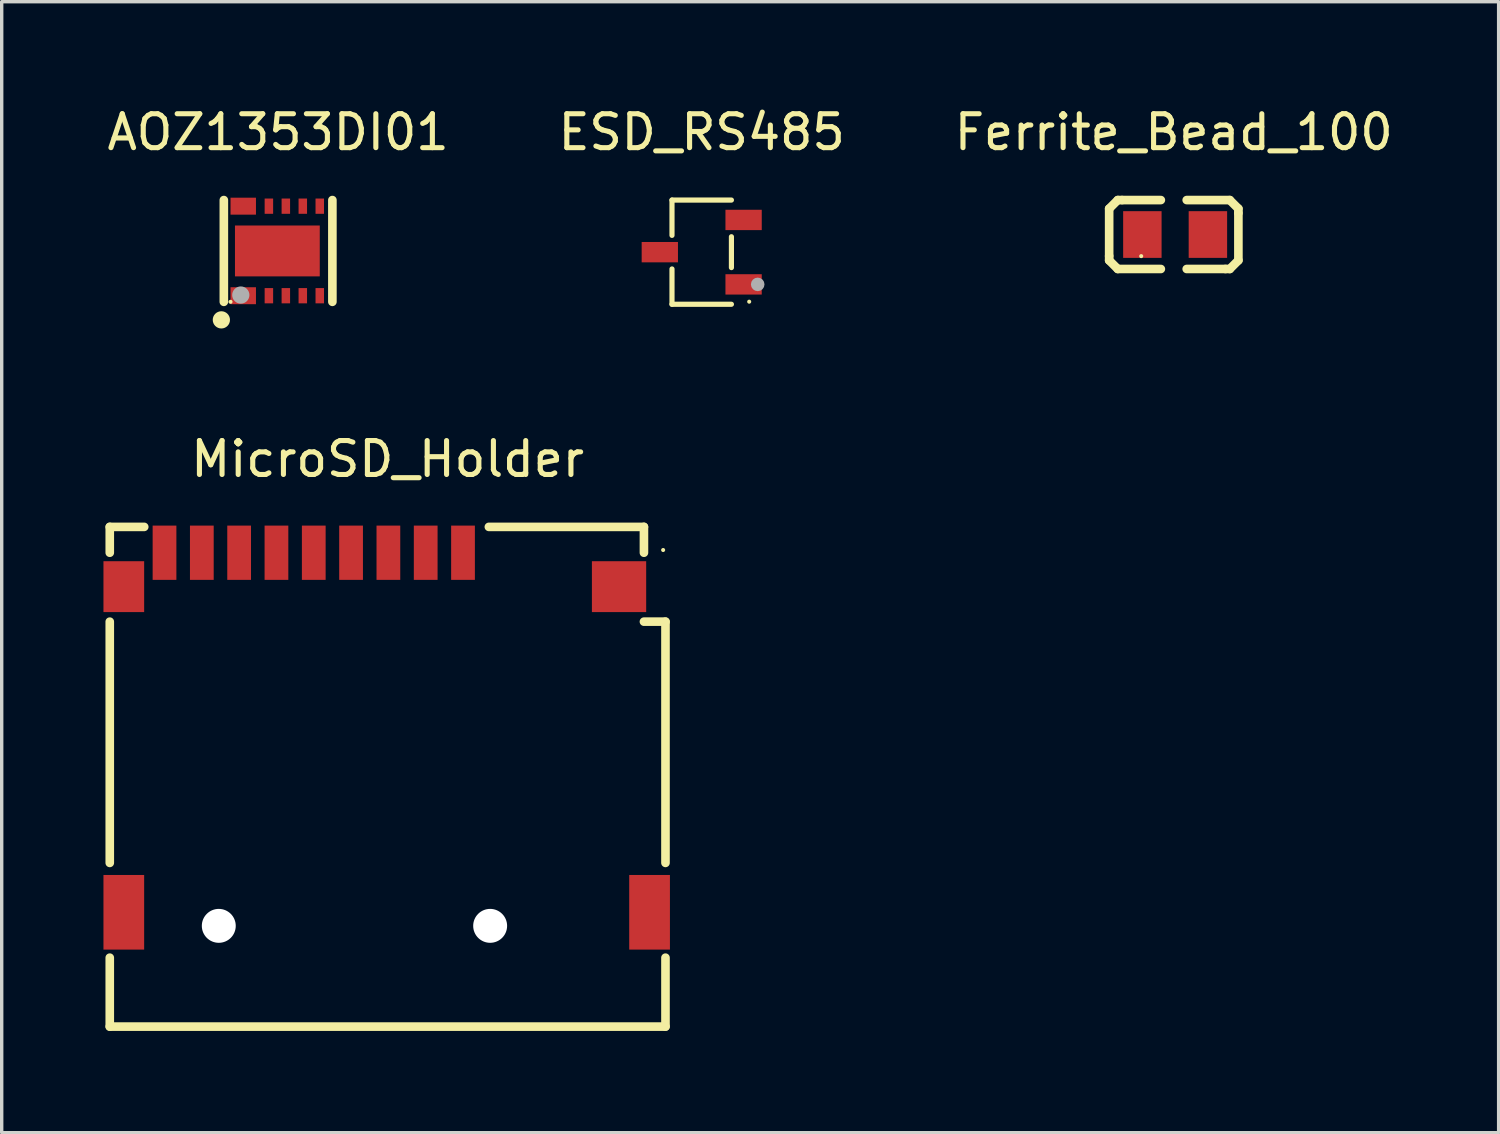
<source format=kicad_pcb>
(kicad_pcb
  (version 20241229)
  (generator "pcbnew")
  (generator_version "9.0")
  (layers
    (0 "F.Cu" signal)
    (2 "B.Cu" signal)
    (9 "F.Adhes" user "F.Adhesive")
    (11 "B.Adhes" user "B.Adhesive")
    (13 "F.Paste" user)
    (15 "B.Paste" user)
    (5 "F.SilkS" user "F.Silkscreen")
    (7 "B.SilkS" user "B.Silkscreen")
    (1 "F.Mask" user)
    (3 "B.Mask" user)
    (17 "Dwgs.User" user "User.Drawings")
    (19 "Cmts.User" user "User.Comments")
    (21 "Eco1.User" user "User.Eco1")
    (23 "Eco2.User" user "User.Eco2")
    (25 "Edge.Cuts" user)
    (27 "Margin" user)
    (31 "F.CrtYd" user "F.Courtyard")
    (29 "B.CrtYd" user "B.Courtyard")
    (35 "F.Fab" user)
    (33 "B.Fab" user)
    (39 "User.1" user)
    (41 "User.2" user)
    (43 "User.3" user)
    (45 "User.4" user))
  (footprint "MicroSD_Holder"
    (layer "F.Cu")
    (at 8.35 18.545)
    (property "Reference" "MicroSD_Holder" (at 0.027 -8.062 0) (layer "F.SilkS") (effects (font (size 1 1) (thickness 0.15))))
    (attr through_hole)
    (fp_line (start -8.164 -6.062) (end -7.148 -6.062) (stroke (width 0.254) (type solid)) (layer "F.SilkS"))
    (fp_line (start -8.164 -5.3) (end -8.164 -6.062) (stroke (width 0.254) (type solid)) (layer "F.SilkS"))
    (fp_line (start -8.164 -3.268) (end -8.164 3.844) (stroke (width 0.254) (type solid)) (layer "F.SilkS"))
    (fp_line (start -8.164 6.638) (end -8.164 8.67) (stroke (width 0.254) (type solid)) (layer "F.SilkS"))
    (fp_line (start -8.164 8.67) (end 8.219 8.67) (stroke (width 0.254) (type solid)) (layer "F.SilkS"))
    (fp_line (start 3.012 -6.062) (end 7.584 -6.062) (stroke (width 0.254) (type solid)) (layer "F.SilkS"))
    (fp_line (start 7.584 -6.062) (end 7.584 -5.3) (stroke (width 0.254) (type solid)) (layer "F.SilkS"))
    (fp_line (start 8.219 -3.268) (end 7.584 -3.268) (stroke (width 0.254) (type solid)) (layer "F.SilkS"))
    (fp_line (start 8.219 3.844) (end 8.219 -3.268) (stroke (width 0.254) (type solid)) (layer "F.SilkS"))
    (fp_line (start 8.219 8.67) (end 8.219 6.638) (stroke (width 0.254) (type solid)) (layer "F.SilkS"))
    (fp_circle (center 8.15 -5.38) (end 8.18 -5.38) (stroke (width 0.06) (type solid)) (fill no) (layer "F.SilkS"))
    (pad "" np_thru_hole circle (at -4.95 5.7) (size 1 1) (drill 1) (layers "*.Cu" "*.Mask"))
    (pad "" np_thru_hole circle (at 3.05 5.7) (size 1 1) (drill 1) (layers "*.Cu" "*.Mask"))
    (pad "1" smd rect (at 2.25 -5.3) (size 0.7 1.6) (layers "F.Cu" "F.Mask" "F.Paste"))
    (pad "2" smd rect (at 1.15 -5.3) (size 0.7 1.6) (layers "F.Cu" "F.Mask" "F.Paste"))
    (pad "3" smd rect (at 0.05 -5.3) (size 0.7 1.6) (layers "F.Cu" "F.Mask" "F.Paste"))
    (pad "4" smd rect (at -1.05 -5.3) (size 0.7 1.6) (layers "F.Cu" "F.Mask" "F.Paste"))
    (pad "5" smd rect (at -2.15 -5.3) (size 0.7 1.6) (layers "F.Cu" "F.Mask" "F.Paste"))
    (pad "6" smd rect (at -3.25 -5.3) (size 0.7 1.6) (layers "F.Cu" "F.Mask" "F.Paste"))
    (pad "7" smd rect (at -4.35 -5.3) (size 0.7 1.6) (layers "F.Cu" "F.Mask" "F.Paste"))
    (pad "8" smd rect (at -5.45 -5.3) (size 0.7 1.6) (layers "F.Cu" "F.Mask" "F.Paste"))
    (pad "9" smd rect (at -6.55 -5.3) (size 0.7 1.6) (layers "F.Cu" "F.Mask" "F.Paste"))
    (pad "10" smd rect (at -7.75 -4.3) (size 1.2 1.5) (layers "F.Cu" "F.Mask" "F.Paste"))
    (pad "11" smd rect (at -7.75 5.3) (size 1.2 2.2) (layers "F.Cu" "F.Mask" "F.Paste"))
    (pad "12" smd rect (at 6.85 -4.3) (size 1.6 1.5) (layers "F.Cu" "F.Mask" "F.Paste"))
    (pad "13" smd rect (at 7.75 5.3) (size 1.2 2.2) (layers "F.Cu" "F.Mask" "F.Paste")))
  (footprint "AOZ1353DI01"
    (layer "F.Cu")
    (at 5.249 4.348)
    (property "Reference" "AOZ1353DI01" (at -0.1 -3.5 180) (layer "F.SilkS") (effects (font (size 1 1) (thickness 0.15))))
    (attr through_hole)
    (fp_line (start -1.7 -1.5) (end -1.7 1.5) (stroke (width 0.254) (type solid)) (layer "F.SilkS"))
    (fp_line (start 1.5 -1.5) (end 1.5 1.5) (stroke (width 0.254) (type solid)) (layer "F.SilkS"))
    (fp_circle (center -1.773 2.032) (end -1.646 2.032) (stroke (width 0.254) (type solid)) (fill no) (layer "F.SilkS"))
    (fp_circle (center -1.503 1.5) (end -1.473 1.5) (stroke (width 0.06) (type solid)) (fill no) (layer "F.SilkS"))
    (fp_circle (center -1.2 1.3) (end -1.073 1.3) (stroke (width 0.254) (type solid)) (fill no) (layer "F.Fab"))
    (pad "1" smd rect (at -1.128 1.32) (size 0.75 0.5) (layers "F.Cu" "F.Mask" "F.Paste"))
    (pad "3" smd rect (at -0.372 1.32) (size 0.25 0.45) (layers "F.Cu" "F.Mask" "F.Paste"))
    (pad "4" smd rect (at 0.128 1.32) (size 0.25 0.45) (layers "F.Cu" "F.Mask" "F.Paste"))
    (pad "5" smd rect (at 0.628 1.32) (size 0.25 0.45) (layers "F.Cu" "F.Mask" "F.Paste"))
    (pad "6" smd rect (at 1.128 1.32) (size 0.25 0.45) (layers "F.Cu" "F.Mask" "F.Paste"))
    (pad "7" smd rect (at 1.128 -1.32) (size 0.25 0.45) (layers "F.Cu" "F.Mask" "F.Paste"))
    (pad "8" smd rect (at 0.628 -1.32) (size 0.25 0.45) (layers "F.Cu" "F.Mask" "F.Paste"))
    (pad "9" smd rect (at 0.128 -1.32) (size 0.25 0.45) (layers "F.Cu" "F.Mask" "F.Paste"))
    (pad "10" smd rect (at -0.372 -1.32) (size 0.25 0.45) (layers "F.Cu" "F.Mask" "F.Paste"))
    (pad "12" smd rect (at -1.128 -1.32) (size 0.75 0.5) (layers "F.Cu" "F.Mask" "F.Paste"))
    (pad "13" smd rect (at -0.122 0) (size 2.5 1.5) (layers "F.Cu" "F.Mask" "F.Paste")))
  (footprint "Ferrite_Bead_100"
    (layer "F.Cu")
    (at 31.594 3.864)
    (property "Reference" "Ferrite_Bead_100" (at -0.04 -3.016 180) (layer "F.SilkS") (effects (font (size 1 1) (thickness 0.15))))
    (attr through_hole)
    (fp_line (start -1.945 -0.762) (end -1.945 0.635) (stroke (width 0.254) (type solid)) (layer "F.SilkS"))
    (fp_line (start -1.945 0.635) (end -1.945 0.762) (stroke (width 0.254) (type solid)) (layer "F.SilkS"))
    (fp_line (start -1.945 0.762) (end -1.691 1.016) (stroke (width 0.254) (type solid)) (layer "F.SilkS"))
    (fp_line (start -1.691 -1.016) (end -1.945 -0.762) (stroke (width 0.254) (type solid)) (layer "F.SilkS"))
    (fp_line (start -1.691 1.016) (end -0.421 1.016) (stroke (width 0.254) (type solid)) (layer "F.SilkS"))
    (fp_line (start -1.564 -1.016) (end -1.691 -1.016) (stroke (width 0.254) (type solid)) (layer "F.SilkS"))
    (fp_line (start -0.421 -1.016) (end -1.564 -1.016) (stroke (width 0.254) (type solid)) (layer "F.SilkS"))
    (fp_line (start 0.341 1.016) (end 1.484 1.016) (stroke (width 0.254) (type solid)) (layer "F.SilkS"))
    (fp_line (start 1.484 1.016) (end 1.611 1.016) (stroke (width 0.254) (type solid)) (layer "F.SilkS"))
    (fp_line (start 1.611 -1.016) (end 0.341 -1.016) (stroke (width 0.254) (type solid)) (layer "F.SilkS"))
    (fp_line (start 1.611 1.016) (end 1.865 0.762) (stroke (width 0.254) (type solid)) (layer "F.SilkS"))
    (fp_line (start 1.865 -0.762) (end 1.611 -1.016) (stroke (width 0.254) (type solid)) (layer "F.SilkS"))
    (fp_line (start 1.865 -0.635) (end 1.865 -0.762) (stroke (width 0.254) (type solid)) (layer "F.SilkS"))
    (fp_line (start 1.865 0.762) (end 1.865 -0.635) (stroke (width 0.254) (type solid)) (layer "F.SilkS"))
    (fp_circle (center -1 0.637) (end -0.97 0.637) (stroke (width 0.06) (type solid)) (fill no) (layer "F.SilkS"))
    (pad "1" smd rect (at -0.966 0) (size 1.133 1.377) (layers "F.Cu" "F.Mask" "F.Paste"))
    (pad "2" smd rect (at 0.966 0) (size 1.133 1.377) (layers "F.Cu" "F.Mask" "F.Paste")))
  (footprint "ESD_RS485"
    (layer "F.Cu")
    (at 17.637 4.384)
    (property "Reference" "ESD_RS485" (at 0 -3.536 180) (layer "F.SilkS") (effects (font (size 1 1) (thickness 0.15))))
    (attr through_hole)
    (fp_line (start -0.876 -1.536) (end -0.876 -0.495) (stroke (width 0.152) (type solid)) (layer "F.SilkS"))
    (fp_line (start -0.876 1.536) (end -0.876 0.495) (stroke (width 0.152) (type solid)) (layer "F.SilkS"))
    (fp_line (start 0.876 -1.536) (end -0.876 -1.536) (stroke (width 0.152) (type solid)) (layer "F.SilkS"))
    (fp_line (start 0.876 -0.455) (end 0.876 0.455) (stroke (width 0.152) (type solid)) (layer "F.SilkS"))
    (fp_line (start 0.876 1.536) (end -0.876 1.536) (stroke (width 0.152) (type solid)) (layer "F.SilkS"))
    (fp_circle (center 1.4 1.46) (end 1.43 1.46) (stroke (width 0.06) (type solid)) (fill no) (layer "F.SilkS"))
    (fp_circle (center 1.651 0.95) (end 1.751 0.95) (stroke (width 0.2) (type solid)) (fill no) (layer "F.Fab"))
    (pad "1" smd rect (at 1.235 0.95) (size 1.07 0.6) (layers "F.Cu" "F.Mask" "F.Paste"))
    (pad "2" smd rect (at 1.235 -0.95) (size 1.07 0.6) (layers "F.Cu" "F.Mask" "F.Paste"))
    (pad "3" smd rect (at -1.235 0) (size 1.07 0.6) (layers "F.Cu" "F.Mask" "F.Paste")))
  (gr_rect
    (start -3 -3)
    (end 41.131 30.342)
    (stroke (width 0.1) (type default))
    (fill no)
    (layer "Edge.Cuts")))
</source>
